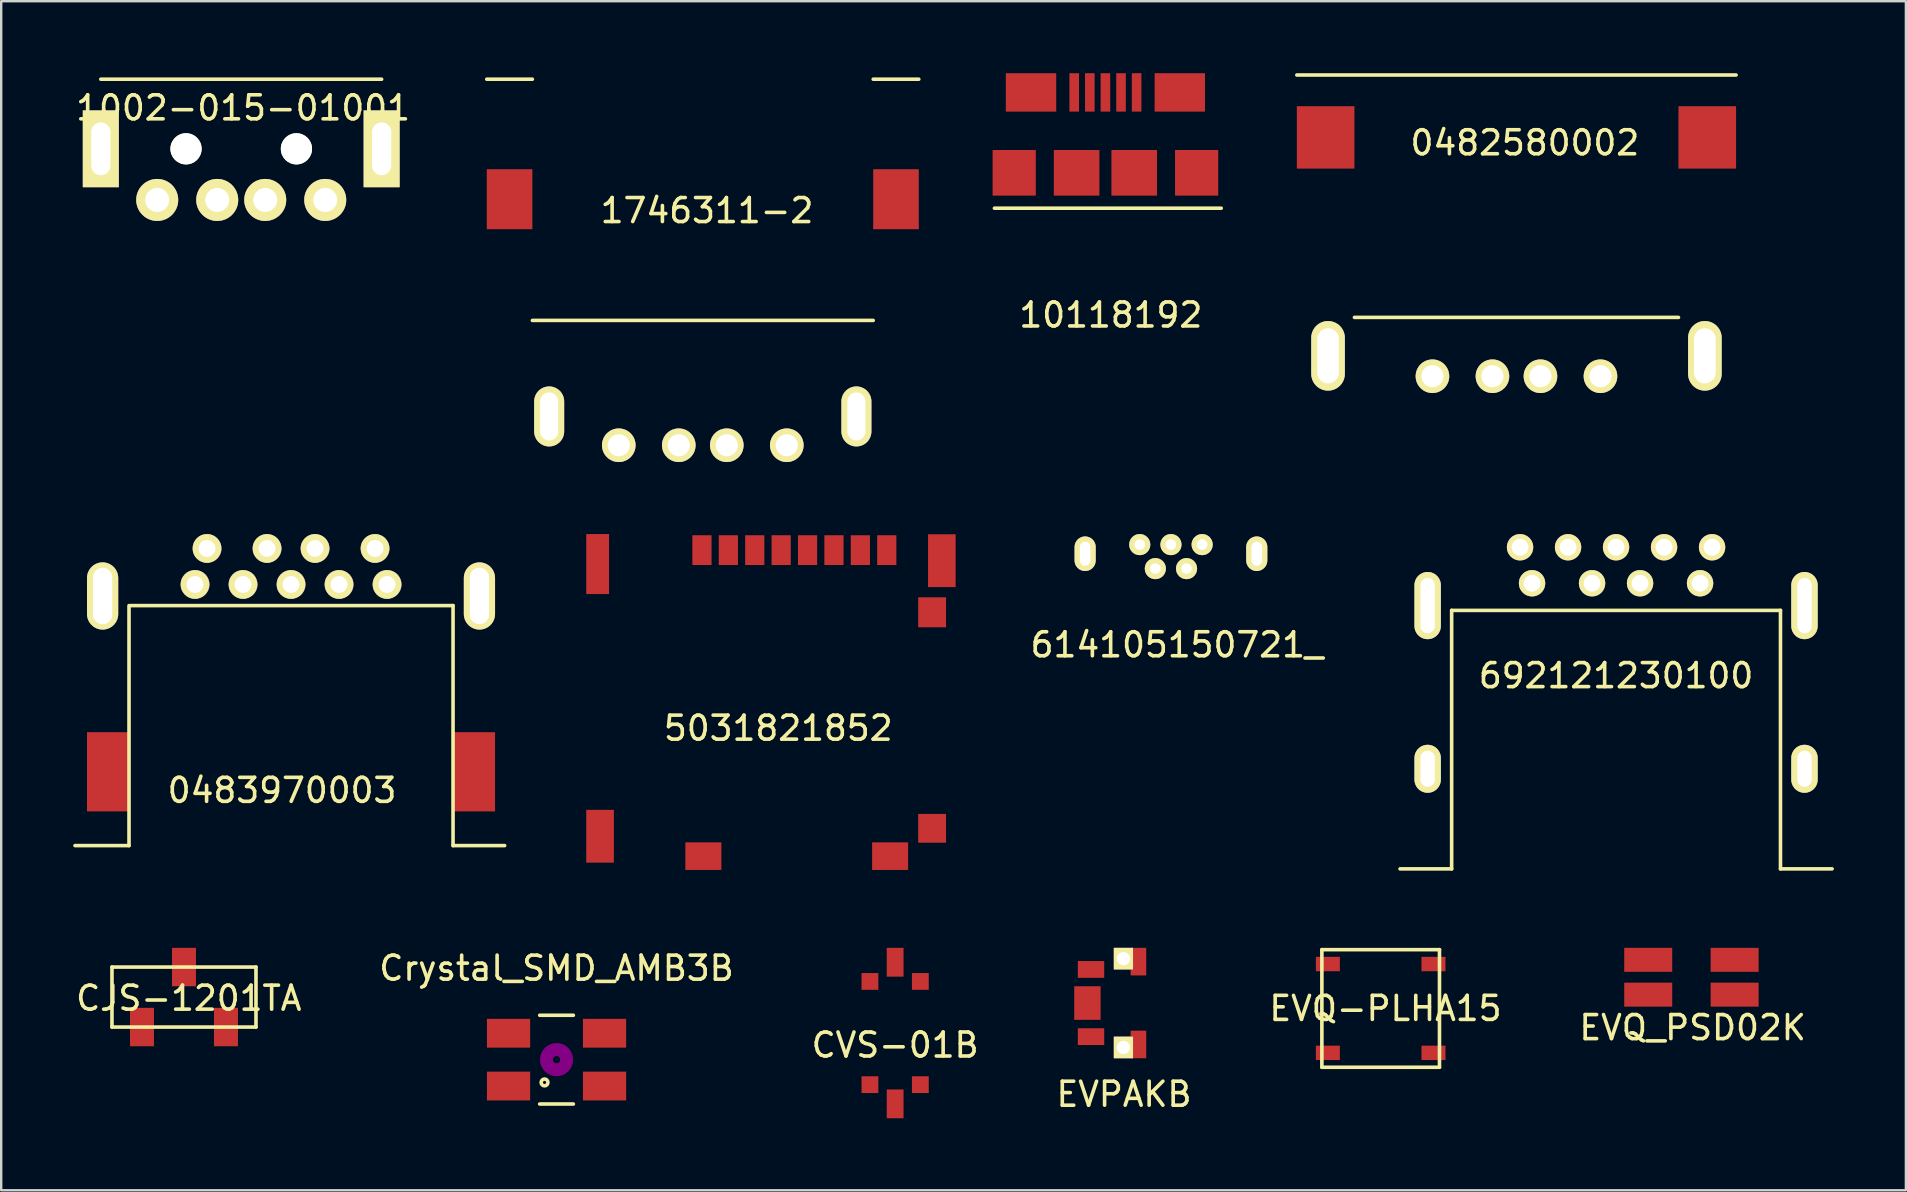
<source format=kicad_pcb>
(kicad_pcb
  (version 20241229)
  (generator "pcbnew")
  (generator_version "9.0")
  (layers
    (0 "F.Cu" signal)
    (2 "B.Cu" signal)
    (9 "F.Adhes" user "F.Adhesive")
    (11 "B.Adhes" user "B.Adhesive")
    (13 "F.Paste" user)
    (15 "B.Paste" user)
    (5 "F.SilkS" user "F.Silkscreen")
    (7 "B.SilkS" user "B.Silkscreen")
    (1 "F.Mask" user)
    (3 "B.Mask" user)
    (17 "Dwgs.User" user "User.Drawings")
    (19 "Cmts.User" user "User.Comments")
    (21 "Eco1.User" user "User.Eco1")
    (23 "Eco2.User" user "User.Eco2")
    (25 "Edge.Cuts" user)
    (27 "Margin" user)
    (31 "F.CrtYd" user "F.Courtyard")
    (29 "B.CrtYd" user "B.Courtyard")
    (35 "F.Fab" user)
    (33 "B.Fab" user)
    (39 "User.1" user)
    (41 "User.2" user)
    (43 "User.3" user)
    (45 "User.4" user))
  (footprint "10118192"
    (layer "F.Cu")
    (at 43.005 5.6)
    (property "Reference" "10118192" (at 0.225 4.475 0) (layer "F.SilkS") (effects (font (size 1 1) (thickness 0.15))))
    (attr through_hole)
    (fp_line (start -4.625 0.025) (end 4.825 0.025) (stroke (width 0.15) (type solid)) (layer "F.SilkS"))
    (pad "1" smd rect (at -1.3 -4.8) (size 0.4 1.6) (layers "F.Cu" "F.Mask" "F.Paste"))
    (pad "2" smd rect (at -0.65 -4.8) (size 0.4 1.6) (layers "F.Cu" "F.Mask" "F.Paste"))
    (pad "3" smd rect (at 0 -4.8) (size 0.4 1.6) (layers "F.Cu" "F.Mask" "F.Paste"))
    (pad "4" smd rect (at 0.65 -4.8) (size 0.4 1.6) (layers "F.Cu" "F.Mask" "F.Paste"))
    (pad "5" smd rect (at 1.3 -4.8) (size 0.4 1.6) (layers "F.Cu" "F.Mask" "F.Paste"))
    (pad "~" smd rect (at -3.8 -1.45) (size 1.8 1.9) (layers "F.Cu" "F.Mask" "F.Paste"))
    (pad "~" smd rect (at -3.1 -4.8) (size 2.1 1.6) (layers "F.Cu" "F.Mask" "F.Paste"))
    (pad "~" smd rect (at -1.2 -1.45) (size 1.9 1.9) (layers "F.Cu" "F.Mask" "F.Paste"))
    (pad "~" smd rect (at 1.2 -1.45) (size 1.9 1.9) (layers "F.Cu" "F.Mask" "F.Paste"))
    (pad "~" smd rect (at 3.1 -4.8) (size 2.1 1.6) (layers "F.Cu" "F.Mask" "F.Paste"))
    (pad "~" smd rect (at 3.8 -1.45) (size 1.8 1.9) (layers "F.Cu" "F.Mask" "F.Paste")))
  (footprint "0483970003"
    (layer "F.Cu")
    (at 9.075 32.18)
    (property "Reference" "0483970003" (at -0.375 -2.3 0) (layer "F.SilkS") (effects (font (size 1 1) (thickness 0.15))))
    (attr through_hole)
    (fp_line (start -6.75 0) (end -9 0) (stroke (width 0.15) (type solid)) (layer "F.SilkS"))
    (fp_line (start -6.75 0) (end -6.75 -10) (stroke (width 0.15) (type solid)) (layer "F.SilkS"))
    (fp_line (start -6.675 -10) (end 6.75 -10) (stroke (width 0.15) (type solid)) (layer "F.SilkS"))
    (fp_line (start 6.75 -10) (end 6.75 0) (stroke (width 0.15) (type solid)) (layer "F.SilkS"))
    (fp_line (start 6.75 0) (end 8.9 0) (stroke (width 0.15) (type solid)) (layer "F.SilkS"))
    (pad "" thru_hole oval (at -7.85 -10.4) (size 1.3 2.8) (drill oval 0.8 2.35) (layers "*.Cu" "*.Mask" "F.SilkS"))
    (pad "" thru_hole oval (at 7.85 -10.4) (size 1.3 2.8) (drill oval 0.8 2.35) (layers "*.Cu" "*.Mask" "F.SilkS"))
    (pad "1" smd rect (at -7.625 -3.075) (size 1.75 3.3) (layers "F.Cu" "F.Mask" "F.Paste"))
    (pad "1" thru_hole circle (at 3.5 -12.38) (size 1.2 1.2) (drill 0.7) (layers "*.Cu" "*.Mask" "F.SilkS"))
    (pad "1" smd rect (at 7.625 -3.075) (size 1.75 3.3) (layers "F.Cu" "F.Mask" "F.Paste"))
    (pad "2" thru_hole circle (at 1 -12.38) (size 1.2 1.2) (drill 0.7) (layers "*.Cu" "*.Mask" "F.SilkS"))
    (pad "3" thru_hole circle (at -1 -12.38) (size 1.2 1.2) (drill 0.7) (layers "*.Cu" "*.Mask" "F.SilkS"))
    (pad "4" thru_hole circle (at -3.5 -12.38) (size 1.2 1.2) (drill 0.7) (layers "*.Cu" "*.Mask" "F.SilkS"))
    (pad "5" thru_hole circle (at -4 -10.88) (size 1.2 1.2) (drill 0.7) (layers "*.Cu" "*.Mask" "F.SilkS"))
    (pad "6" thru_hole circle (at -2 -10.88) (size 1.2 1.2) (drill 0.7) (layers "*.Cu" "*.Mask" "F.SilkS"))
    (pad "7" thru_hole circle (at 0 -10.88) (size 1.2 1.2) (drill 0.7) (layers "*.Cu" "*.Mask" "F.SilkS"))
    (pad "8" thru_hole circle (at 2 -10.88) (size 1.2 1.2) (drill 0.7) (layers "*.Cu" "*.Mask" "F.SilkS"))
    (pad "9" thru_hole circle (at 4 -10.88) (size 1.2 1.2) (drill 0.7) (layers "*.Cu" "*.Mask" "F.SilkS")))
  (footprint "CJS-1201TA"
    (layer "F.Cu")
    (at 4.615 38.49)
    (property "Reference" "CJS-1201TA" (at 0.2 0.05 0) (layer "F.SilkS") (effects (font (size 1 1) (thickness 0.15))))
    (attr through_hole)
    (fp_line (start -3 -1.25) (end 3 -1.25) (stroke (width 0.15) (type solid)) (layer "F.SilkS"))
    (fp_line (start -3 1.25) (end -3 -1.25) (stroke (width 0.15) (type solid)) (layer "F.SilkS"))
    (fp_line (start -3 1.25) (end 3 1.25) (stroke (width 0.15) (type solid)) (layer "F.SilkS"))
    (fp_line (start 3 1.25) (end 3 -1.25) (stroke (width 0.15) (type solid)) (layer "F.SilkS"))
    (pad "1" smd rect (at 1.75 1.25) (size 1 1.6) (layers "F.Cu" "F.Mask" "F.Paste"))
    (pad "2" smd rect (at 0 -1.25) (size 1 1.6) (layers "F.Cu" "F.Mask" "F.Paste"))
    (pad "3" smd rect (at -1.75 1.25) (size 1 1.6) (layers "F.Cu" "F.Mask" "F.Paste")))
  (footprint "1002-015-01001"
    (layer "F.Cu")
    (at 7 0.25)
    (property "Reference" "1002-015-01001" (at 0.078 1.196 180) (layer "F.SilkS") (effects (font (size 1 1) (thickness 0.15))))
    (attr through_hole)
    (fp_line (start -5.85 0) (end 5.85 0) (stroke (width 0.15) (type solid)) (layer "F.SilkS"))
    (pad "" np_thru_hole circle (at -2.3 2.9) (size 1.3 1.3) (drill 1.3) (layers "*.Cu" "F.SilkS"))
    (pad "" np_thru_hole circle (at 2.3 2.9) (size 1.3 1.3) (drill 1.3) (layers "*.Cu" "F.SilkS"))
    (pad "1" thru_hole circle (at -3.5 5.03) (size 1.75 1.75) (drill 1) (layers "*.Cu" "*.Mask" "F.SilkS"))
    (pad "2" thru_hole circle (at -1 5.03) (size 1.75 1.75) (drill 1) (layers "*.Cu" "*.Mask" "F.SilkS"))
    (pad "3" thru_hole circle (at 1 5.03) (size 1.75 1.75) (drill 1) (layers "*.Cu" "*.Mask" "F.SilkS"))
    (pad "4" thru_hole circle (at 3.5 5.03) (size 1.75 1.75) (drill 1) (layers "*.Cu" "*.Mask" "F.SilkS"))
    (pad "5" thru_hole rect (at -5.85 2.9) (size 1.5 3.2) (drill oval 0.8 2.2) (layers "*.Cu" "*.Mask" "F.SilkS"))
    (pad "5" thru_hole rect (at 5.85 2.9) (size 1.5 3.2) (drill oval 0.8 2.2) (layers "*.Cu" "*.Mask" "F.SilkS")))
  (footprint "EVQ_PSD02K"
    (layer "F.Cu")
    (at 67.42 37.665)
    (property "Reference" "EVQ_PSD02K" (at 0.05 2.1 0) (layer "F.SilkS") (effects (font (size 1 1) (thickness 0.15))))
    (attr through_hole)
    (pad "1" smd rect (at -1.8 -0.725) (size 2 1) (layers "F.Cu" "F.Mask" "F.Paste"))
    (pad "1" smd rect (at 1.8 -0.725) (size 2 1) (layers "F.Cu" "F.Mask" "F.Paste"))
    (pad "2" smd rect (at -1.8 0.725) (size 2 1) (layers "F.Cu" "F.Mask" "F.Paste"))
    (pad "2" smd rect (at 1.8 0.725) (size 2 1) (layers "F.Cu" "F.Mask" "F.Paste")))
  (footprint "EVQ-PLHA15"
    (layer "F.Cu")
    (at 54.473 38.965)
    (property "Reference" "EVQ-PLHA15" (at 0.2 0 0) (layer "F.SilkS") (effects (font (size 1 1) (thickness 0.15))))
    (attr through_hole)
    (fp_line (start -2.45 -2.45) (end -2.45 2.45) (stroke (width 0.15) (type solid)) (layer "F.SilkS"))
    (fp_line (start -2.45 -2.45) (end 2.45 -2.45) (stroke (width 0.15) (type solid)) (layer "F.SilkS"))
    (fp_line (start -2.45 2.45) (end 2.45 2.45) (stroke (width 0.15) (type solid)) (layer "F.SilkS"))
    (fp_line (start 2.45 -2.45) (end 2.45 2.45) (stroke (width 0.15) (type solid)) (layer "F.SilkS"))
    (pad "1" smd rect (at -2.2 -1.85) (size 1 0.6) (layers "F.Cu" "F.Mask" "F.Paste"))
    (pad "2" smd rect (at 2.2 -1.85) (size 1 0.6) (layers "F.Cu" "F.Mask" "F.Paste"))
    (pad "3" smd rect (at -2.2 1.85) (size 1 0.6) (layers "F.Cu" "F.Mask" "F.Paste"))
    (pad "4" smd rect (at 2.2 1.85) (size 1 0.6) (layers "F.Cu" "F.Mask" "F.Paste")))
  (footprint "1746311-2"
    (layer "F.Cu")
    (at 26.23 0.25)
    (property "Reference" "1746311-2" (at 0.175 5.475 0) (layer "F.SilkS") (effects (font (size 1 1) (thickness 0.15))))
    (attr through_hole)
    (fp_line (start -9 0) (end -7.1 0) (stroke (width 0.15) (type solid)) (layer "F.SilkS"))
    (fp_line (start -7.1 10.05) (end 7.1 10.05) (stroke (width 0.15) (type solid)) (layer "F.SilkS"))
    (fp_line (start 7.1 0) (end 9 0) (stroke (width 0.15) (type solid)) (layer "F.SilkS"))
    (fp_line (start -7.1 10.05) (end -7.1 0) (stroke (width 0.15) (type solid)) (layer "B.Paste"))
    (fp_line (start 7.1 10.05) (end 7.1 0) (stroke (width 0.15) (type solid)) (layer "B.Paste"))
    (pad "" smd rect (at 8.05 5) (size 1.9 2.5) (layers "F.Cu" "F.Mask" "F.Paste"))
    (pad "1" thru_hole circle (at 3.5 15.25) (size 1.4 1.4) (drill 0.92) (layers "*.Cu" "*.Mask" "F.SilkS"))
    (pad "2" thru_hole circle (at 1 15.25) (size 1.4 1.4) (drill 0.92) (layers "*.Cu" "*.Mask" "F.SilkS"))
    (pad "3" thru_hole circle (at -1 15.25) (size 1.4 1.4) (drill 0.92) (layers "*.Cu" "*.Mask" "F.SilkS"))
    (pad "4" thru_hole circle (at -3.5 15.25) (size 1.4 1.4) (drill 0.92) (layers "*.Cu" "*.Mask" "F.SilkS"))
    (pad "~" smd rect (at -8.05 5) (size 1.9 2.5) (layers "F.Cu" "F.Mask" "F.Paste"))
    (pad "~" thru_hole oval (at -6.4 14.05) (size 1.25 2.5) (drill oval 0.75 2) (layers "*.Cu" "*.Mask" "F.SilkS"))
    (pad "~" thru_hole oval (at 6.4 14.05) (size 1.25 2.5) (drill oval 0.75 2) (layers "*.Cu" "*.Mask" "F.SilkS")))
  (footprint "0482580002"
    (layer "F.Cu")
    (at 60.13 2.675)
    (property "Reference" "0482580002" (at 0.35 0.225 0) (layer "F.SilkS") (effects (font (size 1 1) (thickness 0.15))))
    (attr through_hole)
    (fp_line (start -9.15 -2.6) (end 9.15 -2.6) (stroke (width 0.15) (type solid)) (layer "F.SilkS"))
    (fp_line (start -6.75 7.5) (end 6.75 7.5) (stroke (width 0.15) (type solid)) (layer "F.SilkS"))
    (fp_line (start -6.75 7.5) (end -6.75 -2.6) (stroke (width 0.15) (type solid)) (layer "B.Paste"))
    (fp_line (start 6.75 7.5) (end 6.75 -2.6) (stroke (width 0.15) (type solid)) (layer "B.Paste"))
    (pad "1" thru_hole circle (at -3.5 9.95) (size 1.4 1.4) (drill 0.92) (layers "*.Cu" "*.Mask" "F.SilkS"))
    (pad "2" thru_hole circle (at -1 9.95) (size 1.4 1.4) (drill 0.92) (layers "*.Cu" "*.Mask" "F.SilkS"))
    (pad "3" thru_hole circle (at 1 9.95) (size 1.4 1.4) (drill 0.92) (layers "*.Cu" "*.Mask" "F.SilkS"))
    (pad "4" thru_hole circle (at 3.5 9.95) (size 1.4 1.4) (drill 0.92) (layers "*.Cu" "*.Mask" "F.SilkS"))
    (pad "~" smd rect (at -7.95 0) (size 2.4 2.6) (layers "F.Cu" "F.Mask" "F.Paste"))
    (pad "~" thru_hole oval (at -7.85 9.1) (size 1.4 2.9) (drill oval 0.9 2.3) (layers "*.Cu" "*.Mask" "F.SilkS"))
    (pad "~" thru_hole oval (at 7.85 9.1) (size 1.4 2.9) (drill oval 0.9 2.3) (layers "*.Cu" "*.Mask" "F.SilkS"))
    (pad "~" smd rect (at 7.95 0) (size 2.4 2.6) (layers "F.Cu" "F.Mask" "F.Paste")))
  (footprint "692121230100"
    (layer "F.Cu")
    (at 64.28 33.15)
    (property "Reference" "692121230100" (at 0 -8.05 0) (layer "F.SilkS") (effects (font (size 1 1) (thickness 0.15))))
    (attr through_hole)
    (fp_line (start -6.85 -10.77) (end -6.85 0) (stroke (width 0.15) (type solid)) (layer "F.SilkS"))
    (fp_line (start -6.85 0) (end -9 0) (stroke (width 0.15) (type solid)) (layer "F.SilkS"))
    (fp_line (start 6.85 -10.77) (end -6.85 -10.77) (stroke (width 0.15) (type solid)) (layer "F.SilkS"))
    (fp_line (start 6.85 0) (end 6.85 -10.77) (stroke (width 0.15) (type solid)) (layer "F.SilkS"))
    (fp_line (start 6.85 0) (end 9 0) (stroke (width 0.15) (type solid)) (layer "F.SilkS"))
    (pad "" thru_hole oval (at -7.85 -10.97) (size 1.1 2.8) (drill oval 0.6 2.3) (layers "*.Cu" "*.Mask" "F.SilkS"))
    (pad "" thru_hole oval (at -7.85 -4.17) (size 1.1 2) (drill oval 0.6 1.5) (layers "*.Cu" "*.Mask" "F.SilkS"))
    (pad "" thru_hole oval (at 7.85 -10.97) (size 1.1 2.8) (drill oval 0.6 2.3) (layers "*.Cu" "*.Mask" "F.SilkS"))
    (pad "" thru_hole oval (at 7.85 -4.17) (size 1.1 2) (drill oval 0.6 1.5) (layers "*.Cu" "*.Mask" "F.SilkS"))
    (pad "1" thru_hole circle (at -3.5 -11.9) (size 1.1 1.1) (drill 0.7) (layers "*.Cu" "*.Mask" "F.SilkS"))
    (pad "2" thru_hole circle (at -1 -11.9) (size 1.1 1.1) (drill 0.7) (layers "*.Cu" "*.Mask" "F.SilkS"))
    (pad "3" thru_hole circle (at 1 -11.9) (size 1.1 1.1) (drill 0.7) (layers "*.Cu" "*.Mask" "F.SilkS"))
    (pad "4" thru_hole circle (at 3.5 -11.9) (size 1.1 1.1) (drill 0.7) (layers "*.Cu" "*.Mask" "F.SilkS"))
    (pad "5" thru_hole circle (at 4 -13.4) (size 1.1 1.1) (drill 0.7) (layers "*.Cu" "*.Mask" "F.SilkS"))
    (pad "6" thru_hole circle (at 2 -13.4) (size 1.1 1.1) (drill 0.7) (layers "*.Cu" "*.Mask" "F.SilkS"))
    (pad "7" thru_hole circle (at 0 -13.4) (size 1.1 1.1) (drill 0.7) (layers "*.Cu" "*.Mask" "F.SilkS"))
    (pad "8" thru_hole circle (at -2 -13.4) (size 1.1 1.1) (drill 0.7) (layers "*.Cu" "*.Mask" "F.SilkS"))
    (pad "9" thru_hole circle (at -4 -13.4) (size 1.1 1.1) (drill 0.7) (layers "*.Cu" "*.Mask" "F.SilkS")))
  (footprint "5031821852"
    (layer "F.Cu")
    (at 21.3 33.19)
    (property "Reference" "5031821852" (at 8.075 -5.9 0) (layer "F.SilkS") (effects (font (size 1 1) (thickness 0.15))))
    (attr through_hole)
    (pad "" smd rect (at 0.55 -12.74) (size 0.95 2.5) (layers "F.Cu" "F.Mask" "F.Paste"))
    (pad "" smd rect (at 0.65 -1.4) (size 1.15 2.2) (layers "F.Cu" "F.Mask" "F.Paste"))
    (pad "" smd rect (at 4.955 -0.57) (size 1.5 1.15) (layers "F.Cu" "F.Mask" "F.Paste"))
    (pad "" smd rect (at 12.735 -0.57) (size 1.5 1.15) (layers "F.Cu" "F.Mask" "F.Paste"))
    (pad "" smd rect (at 14.485 -10.73) (size 1.16 1.25) (layers "F.Cu" "F.Mask" "F.Paste"))
    (pad "" smd rect (at 14.89 -12.88) (size 1.15 2.2) (layers "F.Cu" "F.Mask" "F.Paste"))
    (pad "1" smd rect (at 4.895 -13.32) (size 0.8 1.24) (layers "F.Cu" "F.Mask" "F.Paste"))
    (pad "2" smd rect (at 5.995 -13.32) (size 0.8 1.24) (layers "F.Cu" "F.Mask" "F.Paste"))
    (pad "3" smd rect (at 7.095 -13.32) (size 0.8 1.24) (layers "F.Cu" "F.Mask" "F.Paste"))
    (pad "4" smd rect (at 8.195 -13.32) (size 0.8 1.24) (layers "F.Cu" "F.Mask" "F.Paste"))
    (pad "5" smd rect (at 9.295 -13.32) (size 0.8 1.24) (layers "F.Cu" "F.Mask" "F.Paste"))
    (pad "6" smd rect (at 10.395 -13.32) (size 0.8 1.24) (layers "F.Cu" "F.Mask" "F.Paste"))
    (pad "6" smd rect (at 14.485 -1.73) (size 1.16 1.2) (layers "F.Cu" "F.Mask" "F.Paste"))
    (pad "7" smd rect (at 11.495 -13.32) (size 0.8 1.24) (layers "F.Cu" "F.Mask" "F.Paste"))
    (pad "8" smd rect (at 12.595 -13.32) (size 0.8 1.24) (layers "F.Cu" "F.Mask" "F.Paste")))
  (footprint "EVPAKB"
    (layer "F.Cu")
    (at 43.755 38.74)
    (property "Reference" "EVPAKB" (at 0.025 3.8 0) (layer "F.SilkS") (effects (font (size 1 1) (thickness 0.15))))
    (attr through_hole)
    (pad "1" smd rect (at -1.35 1.4) (size 1.1 0.7) (layers "F.Cu" "F.Mask" "F.Paste"))
    (pad "2" smd rect (at -1.35 -1.4) (size 1.1 0.7) (layers "F.Cu" "F.Mask" "F.Paste"))
    (pad "3" smd rect (at -1.5 0) (size 1.1 1.4) (layers "F.Cu" "F.Mask" "F.Paste"))
    (pad "4" smd trapezoid (at 0.625 -1.725) (size 0.65 1.15) (layers "F.Cu" "F.Mask" "F.Paste"))
    (pad "4" smd trapezoid (at 0.625 1.725) (size 0.65 1.15) (layers "F.Cu" "F.Mask" "F.Paste"))
    (pad "5" thru_hole rect (at 0 -1.85) (size 0.8 0.9) (drill 0.55) (layers "*.Cu" "*.Mask" "F.SilkS"))
    (pad "5" thru_hole rect (at 0 1.85) (size 0.8 0.9) (drill 0.55) (layers "*.Cu" "*.Mask" "F.SilkS")))
  (footprint "614105150721_"
    (layer "F.Cu")
    (at 45.735 19.64)
    (property "Reference" "614105150721_" (at 0.25 4.175 0) (layer "F.SilkS") (effects (font (size 1 1) (thickness 0.15))))
    (attr through_hole)
    (pad "1" thru_hole circle (at -1.3 0) (size 0.88 0.88) (drill 0.44) (layers "*.Cu" "*.Mask" "F.SilkS"))
    (pad "2" thru_hole circle (at -0.65 1) (size 0.88 0.88) (drill 0.44) (layers "*.Cu" "*.Mask" "F.SilkS"))
    (pad "3" thru_hole circle (at 0 0) (size 0.88 0.88) (drill 0.44) (layers "*.Cu" "*.Mask" "F.SilkS"))
    (pad "4" thru_hole circle (at 0.65 1) (size 0.88 0.88) (drill 0.44) (layers "*.Cu" "*.Mask" "F.SilkS"))
    (pad "5" thru_hole circle (at 1.3 0) (size 0.88 0.88) (drill 0.44) (layers "*.Cu" "*.Mask" "F.SilkS"))
    (pad "6" thru_hole oval (at -3.575 0.38) (size 0.88 1.44) (drill oval 0.44 1) (layers "*.Cu" "*.Mask" "F.SilkS"))
    (pad "6" thru_hole oval (at 3.575 0.38) (size 0.88 1.44) (drill oval 0.44 1) (layers "*.Cu" "*.Mask" "F.SilkS")))
  (footprint "CVS-01B"
    (layer "F.Cu")
    (at 34.244 39.99)
    (property "Reference" "CVS-01B" (at 0 0.5 0) (layer "F.SilkS") (effects (font (size 1 1) (thickness 0.15))))
    (attr through_hole)
    (pad "1" smd rect (at 0 2.95) (size 0.7 1.2) (layers "F.Cu" "F.Mask" "F.Paste"))
    (pad "2" smd rect (at 0 -2.95) (size 0.7 1.2) (layers "F.Cu" "F.Mask" "F.Paste"))
    (pad "3" smd rect (at -1.05 -2.15) (size 0.7 0.7) (layers "F.Cu" "F.Mask" "F.Paste"))
    (pad "3" smd rect (at -1.05 2.15) (size 0.7 0.7) (layers "F.Cu" "F.Mask" "F.Paste"))
    (pad "3" smd rect (at 1.05 -2.15) (size 0.7 0.7) (layers "F.Cu" "F.Mask" "F.Paste"))
    (pad "3" smd rect (at 1.05 2.15) (size 0.7 0.7) (layers "F.Cu" "F.Mask" "F.Paste")))
  (footprint "Crystal_SMD_AMB3B"
    (layer "F.Cu")
    (at 20.137 41.098)
    (property "Reference" "Crystal_SMD_AMB3B" (at 0 -3.81 0) (layer "F.SilkS") (effects (font (size 1 1) (thickness 0.15))))
    (attr smd)
    (fp_line (start -0.701 -1.849) (end 0.701 -1.849) (stroke (width 0.15) (type solid)) (layer "F.SilkS"))
    (fp_line (start 0.701 1.849) (end -0.701 1.849) (stroke (width 0.15) (type solid)) (layer "F.SilkS"))
    (fp_circle (center -0.5 0.95) (end -0.399 1.049) (stroke (width 0.15) (type solid)) (fill no) (layer "F.SilkS"))
    (fp_circle (center 0 0) (end 0.15 0) (stroke (width 0.381) (type solid)) (fill no) (layer "F.Adhes"))
    (fp_circle (center 0 0) (end 0.5 0) (stroke (width 0.381) (type solid)) (fill no) (layer "F.Adhes"))
    (pad "1" smd rect (at 2 -1.1) (size 1.8 1.2) (layers "F.Cu" "F.Mask" "F.Paste"))
    (pad "2" smd rect (at -2 1.1) (size 1.8 1.2) (layers "F.Cu" "F.Mask" "F.Paste"))
    (pad "GND" smd rect (at -2 -1.1) (size 1.8 1.2) (layers "F.Cu" "F.Mask" "F.Paste"))
    (pad "GND" smd rect (at 2 1.1) (size 1.8 1.2) (layers "F.Cu" "F.Mask" "F.Paste")))
  (gr_rect
    (start -3 -3)
    (end 76.355 46.54)
    (stroke (width 0.1) (type default))
    (fill no)
    (layer "Edge.Cuts")))
</source>
